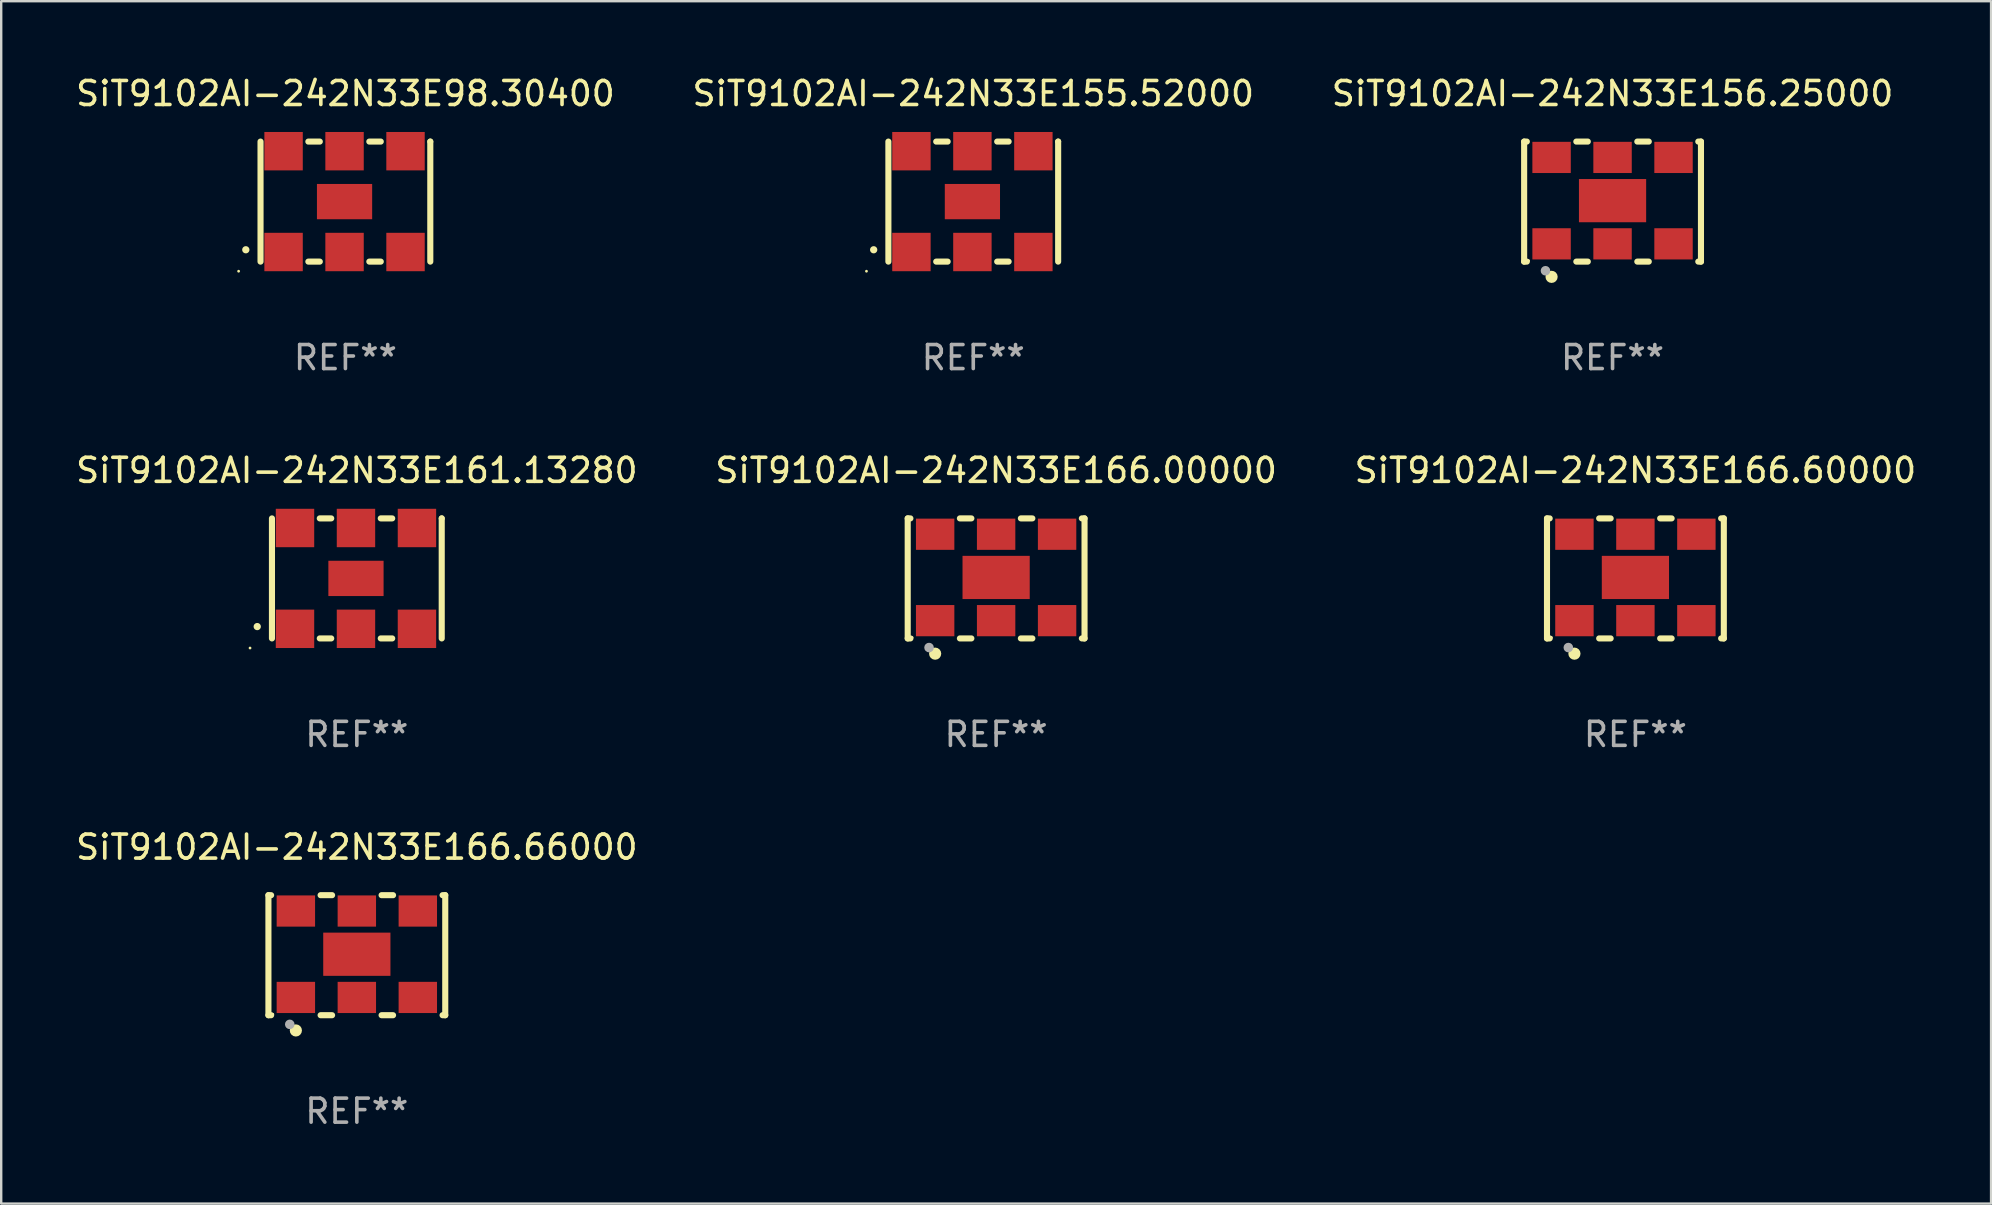
<source format=kicad_pcb>
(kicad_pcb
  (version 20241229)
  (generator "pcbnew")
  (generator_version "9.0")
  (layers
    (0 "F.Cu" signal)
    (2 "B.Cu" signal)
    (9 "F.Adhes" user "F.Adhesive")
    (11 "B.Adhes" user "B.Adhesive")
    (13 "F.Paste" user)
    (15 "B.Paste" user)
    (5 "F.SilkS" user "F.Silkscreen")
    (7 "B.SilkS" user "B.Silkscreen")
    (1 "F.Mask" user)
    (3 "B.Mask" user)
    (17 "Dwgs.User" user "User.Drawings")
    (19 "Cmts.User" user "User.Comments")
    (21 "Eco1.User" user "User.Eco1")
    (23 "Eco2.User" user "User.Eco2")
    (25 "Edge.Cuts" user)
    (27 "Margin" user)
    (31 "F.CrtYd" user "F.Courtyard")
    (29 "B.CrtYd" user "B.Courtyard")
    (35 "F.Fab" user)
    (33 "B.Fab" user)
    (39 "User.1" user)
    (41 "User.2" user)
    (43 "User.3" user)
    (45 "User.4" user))
  (footprint "SiT9102AI-242N33E166.60000"
    (layer "F.Cu")
    (at 65.077 21.045)
    (property "Reference" "SiT9102AI-242N33E166.60000" (at 0 -4.5 0) (layer "F.SilkS") (effects (font (size 1 1) (thickness 0.15))))
    (attr through_hole)
    (fp_line (start -3.683 -2.5) (end -3.571 -2.5) (stroke (width 0.254) (type solid)) (layer "F.SilkS"))
    (fp_line (start -3.683 2.5) (end -3.683 -2.5) (stroke (width 0.254) (type solid)) (layer "F.SilkS"))
    (fp_line (start -3.683 2.5) (end -3.571 2.5) (stroke (width 0.254) (type solid)) (layer "F.SilkS"))
    (fp_line (start -1.509 -2.5) (end -1.031 -2.5) (stroke (width 0.254) (type solid)) (layer "F.SilkS"))
    (fp_line (start -1.509 2.5) (end -1.031 2.5) (stroke (width 0.254) (type solid)) (layer "F.SilkS"))
    (fp_line (start 1.031 -2.5) (end 1.509 -2.5) (stroke (width 0.254) (type solid)) (layer "F.SilkS"))
    (fp_line (start 1.031 2.5) (end 1.509 2.5) (stroke (width 0.254) (type solid)) (layer "F.SilkS"))
    (fp_line (start 3.571 -2.5) (end 3.683 -2.5) (stroke (width 0.254) (type solid)) (layer "F.SilkS"))
    (fp_line (start 3.571 2.5) (end 3.683 2.5) (stroke (width 0.254) (type solid)) (layer "F.SilkS"))
    (fp_line (start 3.683 2.5) (end 3.683 -2.5) (stroke (width 0.254) (type solid)) (layer "F.SilkS"))
    (fp_circle (center -3.5 2.46) (end -3.47 2.46) (stroke (width 0.06) (type solid)) (fill no) (layer "F.SilkS"))
    (fp_circle (center -2.54 3.135) (end -2.413 3.135) (stroke (width 0.254) (type solid)) (fill no) (layer "F.SilkS"))
    (fp_circle (center -2.794 2.881) (end -2.694 2.881) (stroke (width 0.2) (type solid)) (fill no) (layer "F.Fab"))
    (fp_text user "REF**" (at 0 6.5 0) (layer "F.Fab") (effects (font (size 1 1) (thickness 0.15))))
    (pad "1" smd rect (at -2.54 1.76) (size 1.6 1.3) (layers "F.Cu" "F.Mask" "F.Paste"))
    (pad "2" smd rect (at 0 1.76) (size 1.6 1.3) (layers "F.Cu" "F.Mask" "F.Paste"))
    (pad "3" smd rect (at 2.54 1.76) (size 1.6 1.3) (layers "F.Cu" "F.Mask" "F.Paste"))
    (pad "4" smd rect (at 2.54 -1.84) (size 1.6 1.3) (layers "F.Cu" "F.Mask" "F.Paste"))
    (pad "5" smd rect (at 0 -1.84) (size 1.6 1.3) (layers "F.Cu" "F.Mask" "F.Paste"))
    (pad "6" smd rect (at -2.54 -1.84) (size 1.6 1.3) (layers "F.Cu" "F.Mask" "F.Paste"))
    (pad "7" smd rect (at 0 -0.04) (size 2.8 1.8) (layers "F.Cu" "F.Mask" "F.Paste")))
  (footprint "SiT9102AI-242N33E161.13280"
    (layer "F.Cu")
    (at 11.815 21.045)
    (property "Reference" "SiT9102AI-242N33E161.13280" (at 0 -4.5 0) (layer "F.SilkS") (effects (font (size 1 1) (thickness 0.15))))
    (attr through_hole)
    (fp_line (start -3.536 -2.5) (end -3.536 2.5) (stroke (width 0.254) (type solid)) (layer "F.SilkS"))
    (fp_line (start -1.544 2.5) (end -1.067 2.5) (stroke (width 0.254) (type solid)) (layer "F.SilkS"))
    (fp_line (start -1.067 -2.5) (end -1.544 -2.5) (stroke (width 0.254) (type solid)) (layer "F.SilkS"))
    (fp_line (start 0.996 2.5) (end 1.473 2.5) (stroke (width 0.254) (type solid)) (layer "F.SilkS"))
    (fp_line (start 1.473 -2.5) (end 0.996 -2.5) (stroke (width 0.254) (type solid)) (layer "F.SilkS"))
    (fp_line (start 3.536 -2.5) (end 3.536 -2.5) (stroke (width 0.254) (type solid)) (layer "F.SilkS"))
    (fp_line (start 3.536 2.5) (end 3.536 -2.5) (stroke (width 0.254) (type solid)) (layer "F.SilkS"))
    (fp_arc (start -4.150432 2.006604) (mid -4.149162 2.006599) (end -4.147892 2.006604) (stroke (width 0.3) (type solid)) (layer "F.SilkS"))
    (fp_circle (center -4.449 2.9) (end -4.419 2.9) (stroke (width 0.06) (type solid)) (fill no) (layer "F.SilkS"))
    (fp_text user "REF**" (at 0 6.5 0) (layer "F.Fab") (effects (font (size 1 1) (thickness 0.15))))
    (pad "1" smd rect (at -2.576 2.1) (size 1.6 1.6) (layers "F.Cu" "F.Mask" "F.Paste"))
    (pad "2" smd rect (at -0.036 2.1) (size 1.6 1.6) (layers "F.Cu" "F.Mask" "F.Paste"))
    (pad "3" smd rect (at 2.504 2.1) (size 1.6 1.6) (layers "F.Cu" "F.Mask" "F.Paste"))
    (pad "4" smd rect (at 2.504 -2.1) (size 1.6 1.6) (layers "F.Cu" "F.Mask" "F.Paste"))
    (pad "5" smd rect (at -0.036 -2.1) (size 1.6 1.6) (layers "F.Cu" "F.Mask" "F.Paste"))
    (pad "6" smd rect (at -2.576 -2.1) (size 1.6 1.6) (layers "F.Cu" "F.Mask" "F.Paste"))
    (pad "7" smd rect (at -0.036 0) (size 2.3 1.47) (layers "F.Cu" "F.Mask" "F.Paste")))
  (footprint "SiT9102AI-242N33E155.52000"
    (layer "F.Cu")
    (at 37.494 5.348)
    (property "Reference" "SiT9102AI-242N33E155.52000" (at 0 -4.5 0) (layer "F.SilkS") (effects (font (size 1 1) (thickness 0.15))))
    (attr through_hole)
    (fp_line (start -3.536 -2.5) (end -3.536 2.5) (stroke (width 0.254) (type solid)) (layer "F.SilkS"))
    (fp_line (start -1.544 2.5) (end -1.067 2.5) (stroke (width 0.254) (type solid)) (layer "F.SilkS"))
    (fp_line (start -1.067 -2.5) (end -1.544 -2.5) (stroke (width 0.254) (type solid)) (layer "F.SilkS"))
    (fp_line (start 0.996 2.5) (end 1.473 2.5) (stroke (width 0.254) (type solid)) (layer "F.SilkS"))
    (fp_line (start 1.473 -2.5) (end 0.996 -2.5) (stroke (width 0.254) (type solid)) (layer "F.SilkS"))
    (fp_line (start 3.536 -2.5) (end 3.536 -2.5) (stroke (width 0.254) (type solid)) (layer "F.SilkS"))
    (fp_line (start 3.536 2.5) (end 3.536 -2.5) (stroke (width 0.254) (type solid)) (layer "F.SilkS"))
    (fp_arc (start -4.150432 2.006604) (mid -4.149162 2.006599) (end -4.147892 2.006604) (stroke (width 0.3) (type solid)) (layer "F.SilkS"))
    (fp_circle (center -4.449 2.9) (end -4.419 2.9) (stroke (width 0.06) (type solid)) (fill no) (layer "F.SilkS"))
    (fp_text user "REF**" (at 0 6.5 0) (layer "F.Fab") (effects (font (size 1 1) (thickness 0.15))))
    (pad "1" smd rect (at -2.576 2.1) (size 1.6 1.6) (layers "F.Cu" "F.Mask" "F.Paste"))
    (pad "2" smd rect (at -0.036 2.1) (size 1.6 1.6) (layers "F.Cu" "F.Mask" "F.Paste"))
    (pad "3" smd rect (at 2.504 2.1) (size 1.6 1.6) (layers "F.Cu" "F.Mask" "F.Paste"))
    (pad "4" smd rect (at 2.504 -2.1) (size 1.6 1.6) (layers "F.Cu" "F.Mask" "F.Paste"))
    (pad "5" smd rect (at -0.036 -2.1) (size 1.6 1.6) (layers "F.Cu" "F.Mask" "F.Paste"))
    (pad "6" smd rect (at -2.576 -2.1) (size 1.6 1.6) (layers "F.Cu" "F.Mask" "F.Paste"))
    (pad "7" smd rect (at -0.036 0) (size 2.3 1.47) (layers "F.Cu" "F.Mask" "F.Paste")))
  (footprint "SiT9102AI-242N33E166.66000"
    (layer "F.Cu")
    (at 11.815 36.741)
    (property "Reference" "SiT9102AI-242N33E166.66000" (at 0 -4.5 0) (layer "F.SilkS") (effects (font (size 1 1) (thickness 0.15))))
    (attr through_hole)
    (fp_line (start -3.683 -2.5) (end -3.571 -2.5) (stroke (width 0.254) (type solid)) (layer "F.SilkS"))
    (fp_line (start -3.683 2.5) (end -3.683 -2.5) (stroke (width 0.254) (type solid)) (layer "F.SilkS"))
    (fp_line (start -3.683 2.5) (end -3.571 2.5) (stroke (width 0.254) (type solid)) (layer "F.SilkS"))
    (fp_line (start -1.509 -2.5) (end -1.031 -2.5) (stroke (width 0.254) (type solid)) (layer "F.SilkS"))
    (fp_line (start -1.509 2.5) (end -1.031 2.5) (stroke (width 0.254) (type solid)) (layer "F.SilkS"))
    (fp_line (start 1.031 -2.5) (end 1.509 -2.5) (stroke (width 0.254) (type solid)) (layer "F.SilkS"))
    (fp_line (start 1.031 2.5) (end 1.509 2.5) (stroke (width 0.254) (type solid)) (layer "F.SilkS"))
    (fp_line (start 3.571 -2.5) (end 3.683 -2.5) (stroke (width 0.254) (type solid)) (layer "F.SilkS"))
    (fp_line (start 3.571 2.5) (end 3.683 2.5) (stroke (width 0.254) (type solid)) (layer "F.SilkS"))
    (fp_line (start 3.683 2.5) (end 3.683 -2.5) (stroke (width 0.254) (type solid)) (layer "F.SilkS"))
    (fp_circle (center -3.5 2.46) (end -3.47 2.46) (stroke (width 0.06) (type solid)) (fill no) (layer "F.SilkS"))
    (fp_circle (center -2.54 3.135) (end -2.413 3.135) (stroke (width 0.254) (type solid)) (fill no) (layer "F.SilkS"))
    (fp_circle (center -2.794 2.881) (end -2.694 2.881) (stroke (width 0.2) (type solid)) (fill no) (layer "F.Fab"))
    (fp_text user "REF**" (at 0 6.5 0) (layer "F.Fab") (effects (font (size 1 1) (thickness 0.15))))
    (pad "1" smd rect (at -2.54 1.76) (size 1.6 1.3) (layers "F.Cu" "F.Mask" "F.Paste"))
    (pad "2" smd rect (at 0 1.76) (size 1.6 1.3) (layers "F.Cu" "F.Mask" "F.Paste"))
    (pad "3" smd rect (at 2.54 1.76) (size 1.6 1.3) (layers "F.Cu" "F.Mask" "F.Paste"))
    (pad "4" smd rect (at 2.54 -1.84) (size 1.6 1.3) (layers "F.Cu" "F.Mask" "F.Paste"))
    (pad "5" smd rect (at 0 -1.84) (size 1.6 1.3) (layers "F.Cu" "F.Mask" "F.Paste"))
    (pad "6" smd rect (at -2.54 -1.84) (size 1.6 1.3) (layers "F.Cu" "F.Mask" "F.Paste"))
    (pad "7" smd rect (at 0 -0.04) (size 2.8 1.8) (layers "F.Cu" "F.Mask" "F.Paste")))
  (footprint "SiT9102AI-242N33E166.00000"
    (layer "F.Cu")
    (at 38.446 21.045)
    (property "Reference" "SiT9102AI-242N33E166.00000" (at 0 -4.5 0) (layer "F.SilkS") (effects (font (size 1 1) (thickness 0.15))))
    (attr through_hole)
    (fp_line (start -3.683 -2.5) (end -3.571 -2.5) (stroke (width 0.254) (type solid)) (layer "F.SilkS"))
    (fp_line (start -3.683 2.5) (end -3.683 -2.5) (stroke (width 0.254) (type solid)) (layer "F.SilkS"))
    (fp_line (start -3.683 2.5) (end -3.571 2.5) (stroke (width 0.254) (type solid)) (layer "F.SilkS"))
    (fp_line (start -1.509 -2.5) (end -1.031 -2.5) (stroke (width 0.254) (type solid)) (layer "F.SilkS"))
    (fp_line (start -1.509 2.5) (end -1.031 2.5) (stroke (width 0.254) (type solid)) (layer "F.SilkS"))
    (fp_line (start 1.031 -2.5) (end 1.509 -2.5) (stroke (width 0.254) (type solid)) (layer "F.SilkS"))
    (fp_line (start 1.031 2.5) (end 1.509 2.5) (stroke (width 0.254) (type solid)) (layer "F.SilkS"))
    (fp_line (start 3.571 -2.5) (end 3.683 -2.5) (stroke (width 0.254) (type solid)) (layer "F.SilkS"))
    (fp_line (start 3.571 2.5) (end 3.683 2.5) (stroke (width 0.254) (type solid)) (layer "F.SilkS"))
    (fp_line (start 3.683 2.5) (end 3.683 -2.5) (stroke (width 0.254) (type solid)) (layer "F.SilkS"))
    (fp_circle (center -3.5 2.46) (end -3.47 2.46) (stroke (width 0.06) (type solid)) (fill no) (layer "F.SilkS"))
    (fp_circle (center -2.54 3.135) (end -2.413 3.135) (stroke (width 0.254) (type solid)) (fill no) (layer "F.SilkS"))
    (fp_circle (center -2.794 2.881) (end -2.694 2.881) (stroke (width 0.2) (type solid)) (fill no) (layer "F.Fab"))
    (fp_text user "REF**" (at 0 6.5 0) (layer "F.Fab") (effects (font (size 1 1) (thickness 0.15))))
    (pad "1" smd rect (at -2.54 1.76) (size 1.6 1.3) (layers "F.Cu" "F.Mask" "F.Paste"))
    (pad "2" smd rect (at 0 1.76) (size 1.6 1.3) (layers "F.Cu" "F.Mask" "F.Paste"))
    (pad "3" smd rect (at 2.54 1.76) (size 1.6 1.3) (layers "F.Cu" "F.Mask" "F.Paste"))
    (pad "4" smd rect (at 2.54 -1.84) (size 1.6 1.3) (layers "F.Cu" "F.Mask" "F.Paste"))
    (pad "5" smd rect (at 0 -1.84) (size 1.6 1.3) (layers "F.Cu" "F.Mask" "F.Paste"))
    (pad "6" smd rect (at -2.54 -1.84) (size 1.6 1.3) (layers "F.Cu" "F.Mask" "F.Paste"))
    (pad "7" smd rect (at 0 -0.04) (size 2.8 1.8) (layers "F.Cu" "F.Mask" "F.Paste")))
  (footprint "SiT9102AI-242N33E98.30400"
    (layer "F.Cu")
    (at 11.339 5.348)
    (property "Reference" "SiT9102AI-242N33E98.30400" (at 0 -4.5 0) (layer "F.SilkS") (effects (font (size 1 1) (thickness 0.15))))
    (attr through_hole)
    (fp_line (start -3.536 -2.5) (end -3.536 2.5) (stroke (width 0.254) (type solid)) (layer "F.SilkS"))
    (fp_line (start -1.544 2.5) (end -1.067 2.5) (stroke (width 0.254) (type solid)) (layer "F.SilkS"))
    (fp_line (start -1.067 -2.5) (end -1.544 -2.5) (stroke (width 0.254) (type solid)) (layer "F.SilkS"))
    (fp_line (start 0.996 2.5) (end 1.473 2.5) (stroke (width 0.254) (type solid)) (layer "F.SilkS"))
    (fp_line (start 1.473 -2.5) (end 0.996 -2.5) (stroke (width 0.254) (type solid)) (layer "F.SilkS"))
    (fp_line (start 3.536 -2.5) (end 3.536 -2.5) (stroke (width 0.254) (type solid)) (layer "F.SilkS"))
    (fp_line (start 3.536 2.5) (end 3.536 -2.5) (stroke (width 0.254) (type solid)) (layer "F.SilkS"))
    (fp_arc (start -4.150432 2.006604) (mid -4.149162 2.006599) (end -4.147892 2.006604) (stroke (width 0.3) (type solid)) (layer "F.SilkS"))
    (fp_circle (center -4.449 2.9) (end -4.419 2.9) (stroke (width 0.06) (type solid)) (fill no) (layer "F.SilkS"))
    (fp_text user "REF**" (at 0 6.5 0) (layer "F.Fab") (effects (font (size 1 1) (thickness 0.15))))
    (pad "1" smd rect (at -2.576 2.1) (size 1.6 1.6) (layers "F.Cu" "F.Mask" "F.Paste"))
    (pad "2" smd rect (at -0.036 2.1) (size 1.6 1.6) (layers "F.Cu" "F.Mask" "F.Paste"))
    (pad "3" smd rect (at 2.504 2.1) (size 1.6 1.6) (layers "F.Cu" "F.Mask" "F.Paste"))
    (pad "4" smd rect (at 2.504 -2.1) (size 1.6 1.6) (layers "F.Cu" "F.Mask" "F.Paste"))
    (pad "5" smd rect (at -0.036 -2.1) (size 1.6 1.6) (layers "F.Cu" "F.Mask" "F.Paste"))
    (pad "6" smd rect (at -2.576 -2.1) (size 1.6 1.6) (layers "F.Cu" "F.Mask" "F.Paste"))
    (pad "7" smd rect (at -0.036 0) (size 2.3 1.47) (layers "F.Cu" "F.Mask" "F.Paste")))
  (footprint "SiT9102AI-242N33E156.25000"
    (layer "F.Cu")
    (at 64.125 5.348)
    (property "Reference" "SiT9102AI-242N33E156.25000" (at 0 -4.5 0) (layer "F.SilkS") (effects (font (size 1 1) (thickness 0.15))))
    (attr through_hole)
    (fp_line (start -3.683 -2.5) (end -3.571 -2.5) (stroke (width 0.254) (type solid)) (layer "F.SilkS"))
    (fp_line (start -3.683 2.5) (end -3.683 -2.5) (stroke (width 0.254) (type solid)) (layer "F.SilkS"))
    (fp_line (start -3.683 2.5) (end -3.571 2.5) (stroke (width 0.254) (type solid)) (layer "F.SilkS"))
    (fp_line (start -1.509 -2.5) (end -1.031 -2.5) (stroke (width 0.254) (type solid)) (layer "F.SilkS"))
    (fp_line (start -1.509 2.5) (end -1.031 2.5) (stroke (width 0.254) (type solid)) (layer "F.SilkS"))
    (fp_line (start 1.031 -2.5) (end 1.509 -2.5) (stroke (width 0.254) (type solid)) (layer "F.SilkS"))
    (fp_line (start 1.031 2.5) (end 1.509 2.5) (stroke (width 0.254) (type solid)) (layer "F.SilkS"))
    (fp_line (start 3.571 -2.5) (end 3.683 -2.5) (stroke (width 0.254) (type solid)) (layer "F.SilkS"))
    (fp_line (start 3.571 2.5) (end 3.683 2.5) (stroke (width 0.254) (type solid)) (layer "F.SilkS"))
    (fp_line (start 3.683 2.5) (end 3.683 -2.5) (stroke (width 0.254) (type solid)) (layer "F.SilkS"))
    (fp_circle (center -3.5 2.46) (end -3.47 2.46) (stroke (width 0.06) (type solid)) (fill no) (layer "F.SilkS"))
    (fp_circle (center -2.54 3.135) (end -2.413 3.135) (stroke (width 0.254) (type solid)) (fill no) (layer "F.SilkS"))
    (fp_circle (center -2.794 2.881) (end -2.694 2.881) (stroke (width 0.2) (type solid)) (fill no) (layer "F.Fab"))
    (fp_text user "REF**" (at 0 6.5 0) (layer "F.Fab") (effects (font (size 1 1) (thickness 0.15))))
    (pad "1" smd rect (at -2.54 1.76) (size 1.6 1.3) (layers "F.Cu" "F.Mask" "F.Paste"))
    (pad "2" smd rect (at 0 1.76) (size 1.6 1.3) (layers "F.Cu" "F.Mask" "F.Paste"))
    (pad "3" smd rect (at 2.54 1.76) (size 1.6 1.3) (layers "F.Cu" "F.Mask" "F.Paste"))
    (pad "4" smd rect (at 2.54 -1.84) (size 1.6 1.3) (layers "F.Cu" "F.Mask" "F.Paste"))
    (pad "5" smd rect (at 0 -1.84) (size 1.6 1.3) (layers "F.Cu" "F.Mask" "F.Paste"))
    (pad "6" smd rect (at -2.54 -1.84) (size 1.6 1.3) (layers "F.Cu" "F.Mask" "F.Paste"))
    (pad "7" smd rect (at 0 -0.04) (size 2.8 1.8) (layers "F.Cu" "F.Mask" "F.Paste")))
  (gr_rect
    (start -3 -3)
    (end 79.893 47.09)
    (stroke (width 0.1) (type default))
    (fill no)
    (layer "Edge.Cuts")))
</source>
